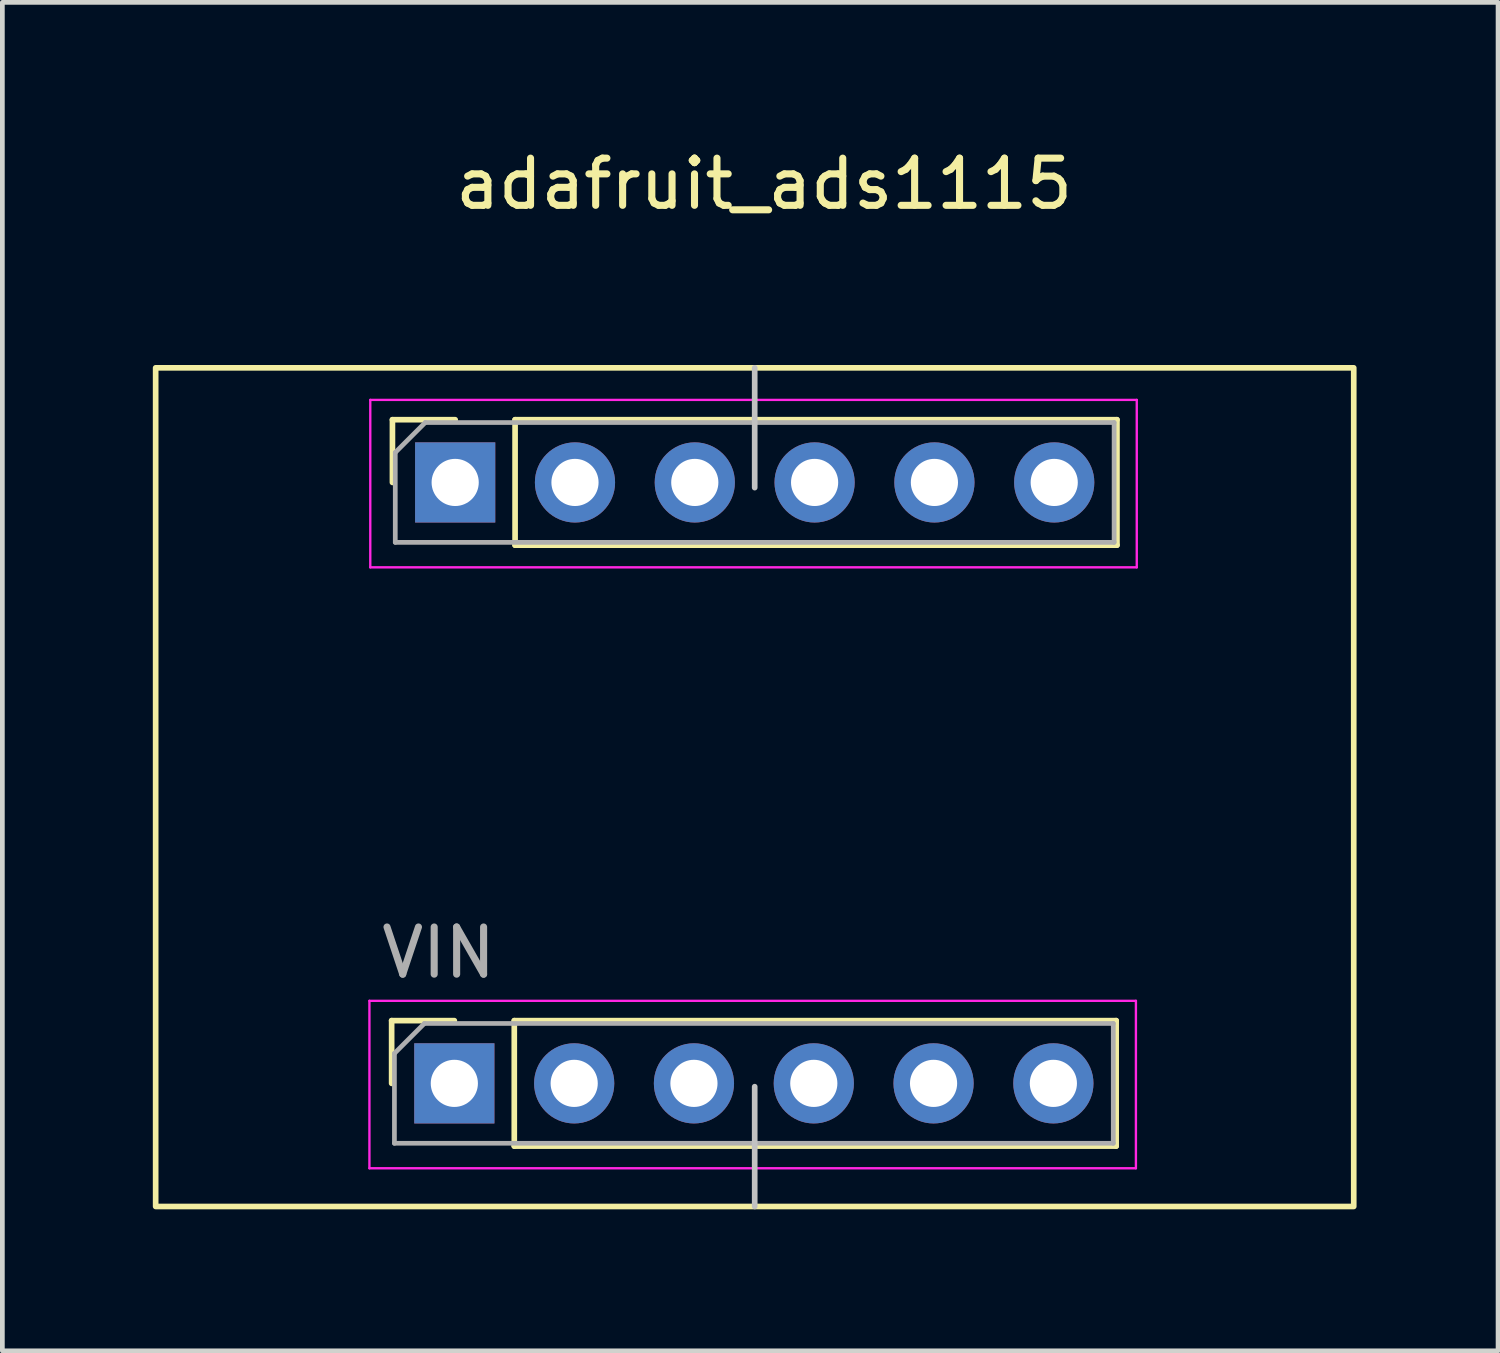
<source format=kicad_pcb>
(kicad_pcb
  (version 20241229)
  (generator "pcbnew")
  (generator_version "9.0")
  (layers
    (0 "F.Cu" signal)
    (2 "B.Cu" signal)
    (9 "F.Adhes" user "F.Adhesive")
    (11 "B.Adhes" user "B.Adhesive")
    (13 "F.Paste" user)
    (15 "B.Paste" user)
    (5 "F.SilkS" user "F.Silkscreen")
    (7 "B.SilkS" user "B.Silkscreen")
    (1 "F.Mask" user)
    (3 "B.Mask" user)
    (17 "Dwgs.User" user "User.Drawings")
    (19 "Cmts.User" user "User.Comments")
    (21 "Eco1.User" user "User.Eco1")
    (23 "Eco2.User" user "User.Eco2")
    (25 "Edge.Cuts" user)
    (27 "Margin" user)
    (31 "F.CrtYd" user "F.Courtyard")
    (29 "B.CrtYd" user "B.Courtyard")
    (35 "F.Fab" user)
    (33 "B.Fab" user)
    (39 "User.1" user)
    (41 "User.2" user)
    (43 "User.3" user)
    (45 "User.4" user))
  (footprint "adafruit_ads1115"
    (layer "F.Cu")
    (at 0.25 4.748)
    (property "Reference" "adafruit_ads1115" (at 12.9 -3.9 180) (layer "F.SilkS") (effects (font (size 1 1) (thickness 0.15))))
    (attr through_hole)
    (fp_line (start 5.003 13.84) (end 6.332 13.84) (stroke (width 0.12) (type solid)) (layer "F.SilkS"))
    (fp_line (start 5.003 15.17) (end 5.003 13.84) (stroke (width 0.12) (type solid)) (layer "F.SilkS"))
    (fp_line (start 5.02 1.1) (end 6.35 1.1) (stroke (width 0.12) (type solid)) (layer "F.SilkS"))
    (fp_line (start 5.02 2.43) (end 5.02 1.1) (stroke (width 0.12) (type solid)) (layer "F.SilkS"))
    (fp_line (start 7.603 13.84) (end 20.363 13.84) (stroke (width 0.12) (type solid)) (layer "F.SilkS"))
    (fp_line (start 7.603 16.5) (end 7.603 13.84) (stroke (width 0.12) (type solid)) (layer "F.SilkS"))
    (fp_line (start 7.603 16.5) (end 20.363 16.5) (stroke (width 0.12) (type solid)) (layer "F.SilkS"))
    (fp_line (start 7.62 1.1) (end 20.38 1.1) (stroke (width 0.12) (type solid)) (layer "F.SilkS"))
    (fp_line (start 7.62 3.76) (end 7.62 1.1) (stroke (width 0.12) (type solid)) (layer "F.SilkS"))
    (fp_line (start 7.62 3.76) (end 20.38 3.76) (stroke (width 0.12) (type solid)) (layer "F.SilkS"))
    (fp_line (start 20.363 16.5) (end 20.363 13.84) (stroke (width 0.12) (type solid)) (layer "F.SilkS"))
    (fp_line (start 20.38 3.76) (end 20.38 1.1) (stroke (width 0.12) (type solid)) (layer "F.SilkS"))
    (fp_rect (start 0 0) (end 25.4 17.78) (stroke (width 0.12) (type solid)) (fill no) (layer "F.SilkS"))
    (fp_line (start 12.7 0) (end 12.7 2.54) (stroke (width 0.12) (type solid)) (layer "Dwgs.User"))
    (fp_line (start 12.7 15.24) (end 12.7 17.78) (stroke (width 0.12) (type solid)) (layer "Dwgs.User"))
    (fp_line (start 4.532 13.42) (end 20.782 13.42) (stroke (width 0.05) (type solid)) (layer "F.CrtYd"))
    (fp_line (start 4.532 16.97) (end 4.532 13.42) (stroke (width 0.05) (type solid)) (layer "F.CrtYd"))
    (fp_line (start 4.55 0.68) (end 20.8 0.68) (stroke (width 0.05) (type solid)) (layer "F.CrtYd"))
    (fp_line (start 4.55 4.23) (end 4.55 0.68) (stroke (width 0.05) (type solid)) (layer "F.CrtYd"))
    (fp_line (start 20.782 13.42) (end 20.782 16.97) (stroke (width 0.05) (type solid)) (layer "F.CrtYd"))
    (fp_line (start 20.782 16.97) (end 4.532 16.97) (stroke (width 0.05) (type solid)) (layer "F.CrtYd"))
    (fp_line (start 20.8 0.68) (end 20.8 4.23) (stroke (width 0.05) (type solid)) (layer "F.CrtYd"))
    (fp_line (start 20.8 4.23) (end 4.55 4.23) (stroke (width 0.05) (type solid)) (layer "F.CrtYd"))
    (fp_line (start 5.062 14.535) (end 5.697 13.9) (stroke (width 0.1) (type solid)) (layer "F.Fab"))
    (fp_line (start 5.062 16.44) (end 5.062 14.535) (stroke (width 0.1) (type solid)) (layer "F.Fab"))
    (fp_line (start 5.08 1.795) (end 5.715 1.16) (stroke (width 0.1) (type solid)) (layer "F.Fab"))
    (fp_line (start 5.08 3.7) (end 5.08 1.795) (stroke (width 0.1) (type solid)) (layer "F.Fab"))
    (fp_line (start 5.697 13.9) (end 20.302 13.9) (stroke (width 0.1) (type solid)) (layer "F.Fab"))
    (fp_line (start 5.715 1.16) (end 20.32 1.16) (stroke (width 0.1) (type solid)) (layer "F.Fab"))
    (fp_line (start 20.302 13.9) (end 20.302 16.44) (stroke (width 0.1) (type solid)) (layer "F.Fab"))
    (fp_line (start 20.302 16.44) (end 5.062 16.44) (stroke (width 0.1) (type solid)) (layer "F.Fab"))
    (fp_line (start 20.32 1.16) (end 20.32 3.7) (stroke (width 0.1) (type solid)) (layer "F.Fab"))
    (fp_line (start 20.32 3.7) (end 5.08 3.7) (stroke (width 0.1) (type solid)) (layer "F.Fab"))
    (fp_text user "VIN" (at 6 12.4 0) (unlocked yes) (layer "F.Fab") (effects (font (size 1 1) (thickness 0.15))))
    (pad "1" thru_hole rect (at 6.332 15.17 90) (size 1.7 1.7) (drill 1) (layers "*.Cu" "*.Mask"))
    (pad "2" thru_hole oval (at 8.873 15.17 90) (size 1.7 1.7) (drill 1) (layers "*.Cu" "*.Mask"))
    (pad "3" thru_hole oval (at 11.412 15.17 90) (size 1.7 1.7) (drill 1) (layers "*.Cu" "*.Mask"))
    (pad "4" thru_hole oval (at 13.953 15.17 90) (size 1.7 1.7) (drill 1) (layers "*.Cu" "*.Mask"))
    (pad "5" thru_hole oval (at 16.492 15.17 90) (size 1.7 1.7) (drill 1) (layers "*.Cu" "*.Mask"))
    (pad "6" thru_hole oval (at 19.032 15.17 90) (size 1.7 1.7) (drill 1) (layers "*.Cu" "*.Mask"))
    (pad "7" thru_hole rect (at 6.35 2.43 90) (size 1.7 1.7) (drill 1) (layers "*.Cu" "*.Mask"))
    (pad "8" thru_hole oval (at 8.89 2.43 90) (size 1.7 1.7) (drill 1) (layers "*.Cu" "*.Mask"))
    (pad "9" thru_hole oval (at 11.43 2.43 90) (size 1.7 1.7) (drill 1) (layers "*.Cu" "*.Mask"))
    (pad "10" thru_hole oval (at 13.97 2.43 90) (size 1.7 1.7) (drill 1) (layers "*.Cu" "*.Mask"))
    (pad "11" thru_hole oval (at 16.51 2.43 90) (size 1.7 1.7) (drill 1) (layers "*.Cu" "*.Mask"))
    (pad "12" thru_hole oval (at 19.05 2.43 90) (size 1.7 1.7) (drill 1) (layers "*.Cu" "*.Mask")))
  (gr_rect
    (start -3 -3)
    (end 28.71 25.588)
    (stroke (width 0.1) (type default))
    (fill no)
    (layer "Edge.Cuts")))
</source>
